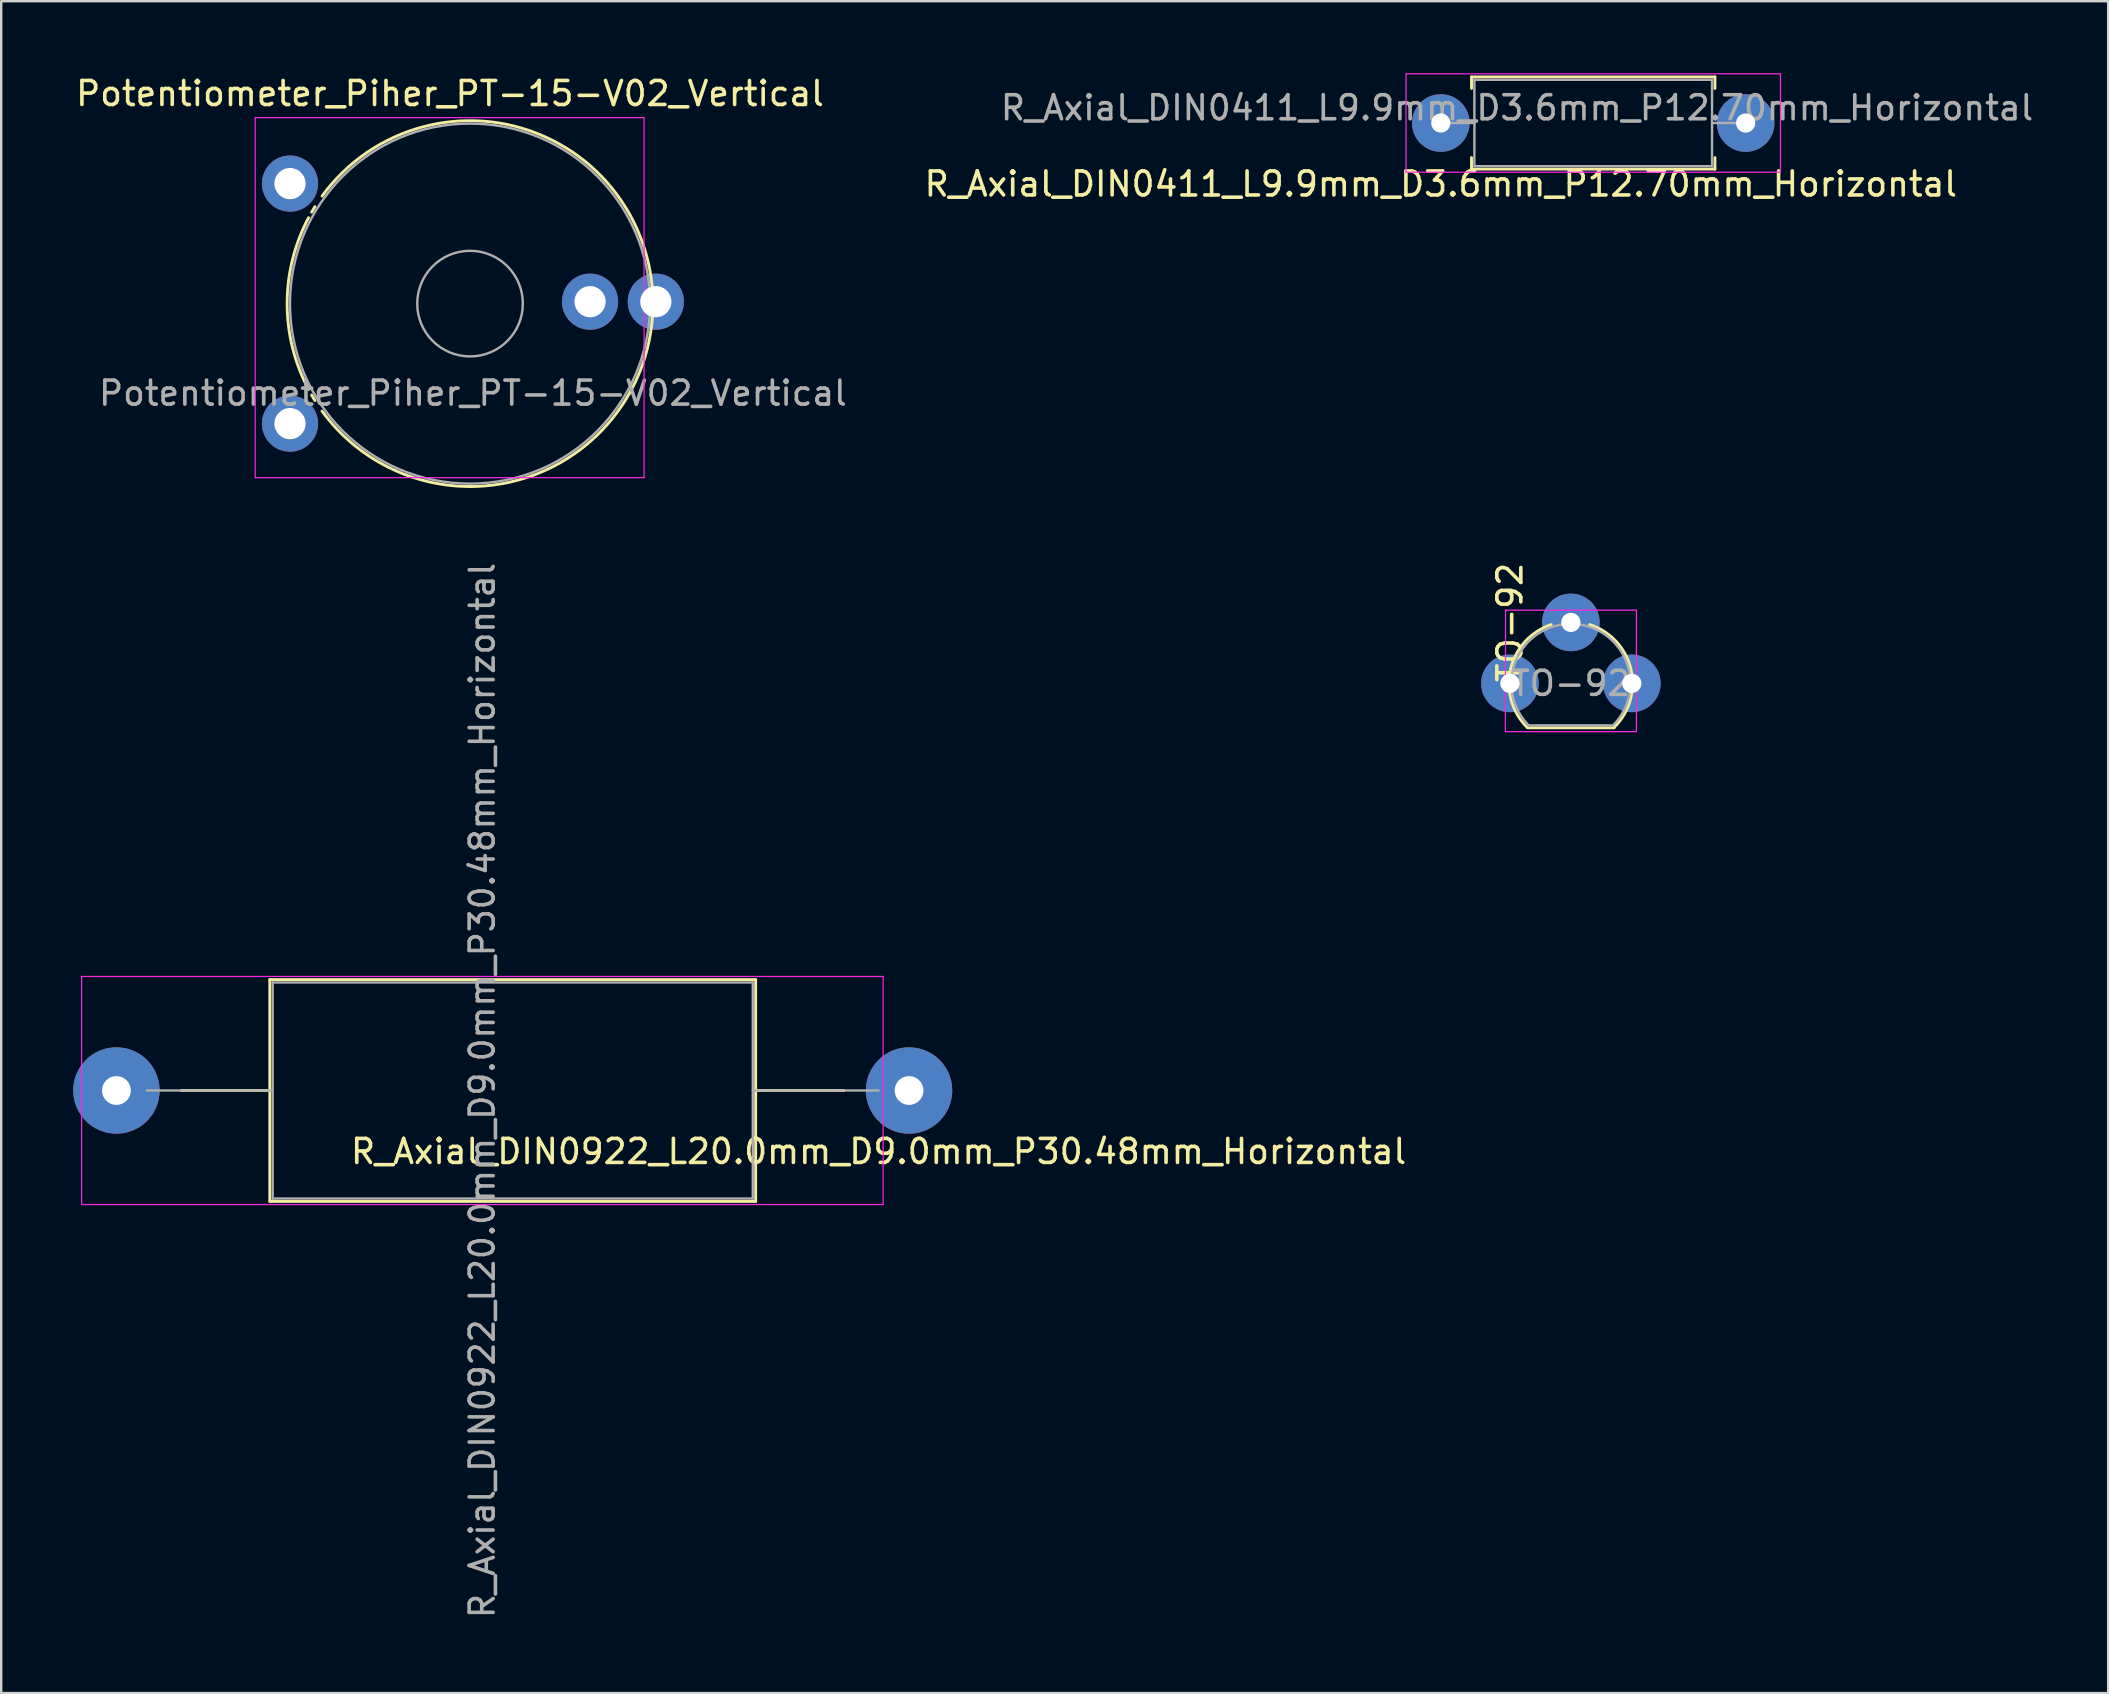
<source format=kicad_pcb>
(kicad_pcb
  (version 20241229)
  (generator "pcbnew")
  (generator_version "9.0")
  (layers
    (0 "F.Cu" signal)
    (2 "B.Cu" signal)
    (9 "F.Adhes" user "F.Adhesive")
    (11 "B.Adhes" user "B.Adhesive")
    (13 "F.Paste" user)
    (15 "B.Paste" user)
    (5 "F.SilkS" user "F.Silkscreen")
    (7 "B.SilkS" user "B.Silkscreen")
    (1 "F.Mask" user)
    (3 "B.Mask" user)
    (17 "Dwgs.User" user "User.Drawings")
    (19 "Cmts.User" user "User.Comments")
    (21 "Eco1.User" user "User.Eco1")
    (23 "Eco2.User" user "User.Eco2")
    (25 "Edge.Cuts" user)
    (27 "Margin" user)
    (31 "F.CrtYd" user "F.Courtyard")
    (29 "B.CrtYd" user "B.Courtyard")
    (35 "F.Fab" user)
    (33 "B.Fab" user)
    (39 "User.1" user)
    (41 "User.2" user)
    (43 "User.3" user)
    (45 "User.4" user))
  (footprint "R_Axial_DIN0411_L9.9mm_D3.6mm_P12.70mm_Horizontal"
    (layer "F.Cu")
    (at 56.972 2.075)
    (property "Reference" "R_Axial_DIN0411_L9.9mm_D3.6mm_P12.70mm_Horizontal" (at 0 2.54 0) (layer "F.SilkS") (effects (font (size 1 1) (thickness 0.15))))
    (attr through_hole)
    (fp_line (start 1.28 -1.92) (end 11.42 -1.92) (stroke (width 0.12) (type solid)) (layer "F.SilkS"))
    (fp_line (start 1.28 -1.44) (end 1.28 -1.92) (stroke (width 0.12) (type solid)) (layer "F.SilkS"))
    (fp_line (start 1.28 1.44) (end 1.28 1.92) (stroke (width 0.12) (type solid)) (layer "F.SilkS"))
    (fp_line (start 1.28 1.92) (end 11.42 1.92) (stroke (width 0.12) (type solid)) (layer "F.SilkS"))
    (fp_line (start 11.42 -1.92) (end 11.42 -1.44) (stroke (width 0.12) (type solid)) (layer "F.SilkS"))
    (fp_line (start 11.42 1.92) (end 11.42 1.44) (stroke (width 0.12) (type solid)) (layer "F.SilkS"))
    (fp_line (start -1.45 -2.05) (end -1.45 2.05) (stroke (width 0.05) (type solid)) (layer "F.CrtYd"))
    (fp_line (start -1.45 2.05) (end 14.15 2.05) (stroke (width 0.05) (type solid)) (layer "F.CrtYd"))
    (fp_line (start 14.15 -2.05) (end -1.45 -2.05) (stroke (width 0.05) (type solid)) (layer "F.CrtYd"))
    (fp_line (start 14.15 2.05) (end 14.15 -2.05) (stroke (width 0.05) (type solid)) (layer "F.CrtYd"))
    (fp_line (start 0 0) (end 1.4 0) (stroke (width 0.1) (type solid)) (layer "F.Fab"))
    (fp_line (start 1.4 -1.8) (end 1.4 1.8) (stroke (width 0.1) (type solid)) (layer "F.Fab"))
    (fp_line (start 1.4 1.8) (end 11.3 1.8) (stroke (width 0.1) (type solid)) (layer "F.Fab"))
    (fp_line (start 11.3 -1.8) (end 1.4 -1.8) (stroke (width 0.1) (type solid)) (layer "F.Fab"))
    (fp_line (start 11.3 1.8) (end 11.3 -1.8) (stroke (width 0.1) (type solid)) (layer "F.Fab"))
    (fp_line (start 12.7 0) (end 11.3 0) (stroke (width 0.1) (type solid)) (layer "F.Fab"))
    (fp_text user "${REFERENCE}" (at 3.176 -0.634 0) (layer "F.Fab") (effects (font (size 1 1) (thickness 0.15))))
    (pad "1" thru_hole circle (at 0 0) (size 2.4 2.4) (drill 0.8) (layers "*.Cu" "*.Mask"))
    (pad "2" thru_hole circle (at 12.7 0) (size 2.4 2.4) (drill 0.8) (layers "*.Cu" "*.Mask")))
  (footprint "TO-92"
    (layer "F.Cu")
    (at 59.851 25.419)
    (property "Reference" "TO-92" (at 0 -2.54 90) (layer "F.SilkS") (effects (font (size 1 1) (thickness 0.15))))
    (attr through_hole)
    (fp_line (start 0.74 1.85) (end 4.34 1.85) (stroke (width 0.12) (type solid)) (layer "F.SilkS"))
    (fp_arc (start 0.728125 1.841741) (mid 0.022769 -0.581764) (end 1.72 -2.45) (stroke (width 0.12) (type solid)) (layer "F.SilkS"))
    (fp_arc (start 3.32 -2.45) (mid 5.039931 -0.601036) (end 4.348445 1.827684) (stroke (width 0.12) (type solid)) (layer "F.SilkS"))
    (fp_line (start -0.19 -3.05) (end 5.27 -3.05) (stroke (width 0.05) (type solid)) (layer "F.CrtYd"))
    (fp_line (start -0.18 -3.05) (end -0.19 2.01) (stroke (width 0.05) (type solid)) (layer "F.CrtYd"))
    (fp_line (start 5.27 2.01) (end -0.19 2.01) (stroke (width 0.05) (type solid)) (layer "F.CrtYd"))
    (fp_line (start 5.27 2.01) (end 5.27 -3.05) (stroke (width 0.05) (type solid)) (layer "F.CrtYd"))
    (fp_line (start 0.77 1.75) (end 4.27 1.75) (stroke (width 0.1) (type solid)) (layer "F.Fab"))
    (fp_arc (start 0.786375 1.753625) (mid 0.248779 -0.949055) (end 2.54 -2.48) (stroke (width 0.1) (type solid)) (layer "F.Fab"))
    (fp_arc (start 2.54 -2.48) (mid 4.831221 -0.949055) (end 4.293625 1.753625) (stroke (width 0.1) (type solid)) (layer "F.Fab"))
    (fp_text user "${REFERENCE}" (at 2.54 0 0) (layer "F.Fab") (effects (font (size 1 1) (thickness 0.15))))
    (pad "1" thru_hole circle (at 0 0) (size 2.4 2.4) (drill 0.8) (layers "*.Cu" "*.Mask"))
    (pad "2" thru_hole circle (at 2.54 -2.54) (size 2.4 2.4) (drill 0.8) (layers "*.Cu" "*.Mask"))
    (pad "3" thru_hole circle (at 5.08 0) (size 2.4 2.4) (drill 0.8) (layers "*.Cu" "*.Mask")))
  (footprint "R_Axial_DIN0922_L20.0mm_D9.0mm_P30.48mm_Horizontal"
    (layer "F.Cu")
    (at 1.8 42.379)
    (property "Reference" "R_Axial_DIN0922_L20.0mm_D9.0mm_P30.48mm_Horizontal" (at 31.75 2.54 0) (layer "F.SilkS") (effects (font (size 1 1) (thickness 0.15))))
    (attr through_hole)
    (fp_line (start 2.71 0) (end 6.39 0) (stroke (width 0.12) (type solid)) (layer "F.SilkS"))
    (fp_line (start 6.39 -4.62) (end 6.39 4.62) (stroke (width 0.12) (type solid)) (layer "F.SilkS"))
    (fp_line (start 6.39 4.62) (end 26.63 4.62) (stroke (width 0.12) (type solid)) (layer "F.SilkS"))
    (fp_line (start 26.63 -4.62) (end 6.39 -4.62) (stroke (width 0.12) (type solid)) (layer "F.SilkS"))
    (fp_line (start 26.63 4.62) (end 26.63 -4.62) (stroke (width 0.12) (type solid)) (layer "F.SilkS"))
    (fp_line (start 30.31 0) (end 26.63 0) (stroke (width 0.12) (type solid)) (layer "F.SilkS"))
    (fp_line (start -1.45 -4.75) (end -1.45 4.75) (stroke (width 0.05) (type solid)) (layer "F.CrtYd"))
    (fp_line (start -1.45 4.75) (end 31.94 4.75) (stroke (width 0.05) (type solid)) (layer "F.CrtYd"))
    (fp_line (start 31.94 -4.75) (end -1.45 -4.75) (stroke (width 0.05) (type solid)) (layer "F.CrtYd"))
    (fp_line (start 31.94 4.75) (end 31.94 -4.75) (stroke (width 0.05) (type solid)) (layer "F.CrtYd"))
    (fp_line (start 1.27 0) (end 6.51 0) (stroke (width 0.1) (type solid)) (layer "F.Fab"))
    (fp_line (start 6.51 -4.5) (end 6.51 4.5) (stroke (width 0.1) (type solid)) (layer "F.Fab"))
    (fp_line (start 6.51 4.5) (end 26.51 4.5) (stroke (width 0.1) (type solid)) (layer "F.Fab"))
    (fp_line (start 26.51 -4.5) (end 6.51 -4.5) (stroke (width 0.1) (type solid)) (layer "F.Fab"))
    (fp_line (start 26.51 4.5) (end 26.51 -4.5) (stroke (width 0.1) (type solid)) (layer "F.Fab"))
    (fp_line (start 31.75 0) (end 26.51 0) (stroke (width 0.1) (type solid)) (layer "F.Fab"))
    (fp_text user "${REFERENCE}" (at 15.239 0 270) (layer "F.Fab") (effects (font (size 1 1) (thickness 0.15))))
    (pad "1" thru_hole circle (at 0 0) (size 3.6 3.6) (drill 1.2) (layers "*.Cu" "*.Mask"))
    (pad "2" thru_hole oval (at 33.02 0) (size 3.6 3.6) (drill 1.2) (layers "*.Cu" "*.Mask")))
  (footprint "Potentiometer_Piher_PT-15-V02_Vertical"
    (layer "F.Cu")
    (at 9.031 14.598)
    (property "Reference" "Potentiometer_Piher_PT-15-V02_Vertical" (at 6.665 -13.75 0) (layer "F.SilkS") (effects (font (size 1 1) (thickness 0.15))))
    (attr through_hole)
    (fp_arc (start 0.772013 -1.423856) (mid -0.119358 -5.001051) (end 0.773 -8.578) (stroke (width 0.12) (type solid)) (layer "F.SilkS"))
    (fp_arc (start 0.902012 -8.810055) (mid 0.969511 -8.924625) (end 1.039 -9.038) (stroke (width 0.12) (type solid)) (layer "F.SilkS"))
    (fp_arc (start 1.037952 -0.963019) (mid 0.968481 -1.076412) (end 0.901 -1.191) (stroke (width 0.12) (type solid)) (layer "F.SilkS"))
    (fp_arc (start 1.335291 -9.478924) (mid 14.28947 -8.459407) (end 7.5 2.62) (stroke (width 0.12) (type solid)) (layer "F.SilkS"))
    (fp_arc (start 7.632064 2.618548) (mid 4.099288 1.818715) (end 1.335 -0.522) (stroke (width 0.12) (type solid)) (layer "F.SilkS"))
    (fp_line (start -1.45 -12.75) (end -1.45 2.25) (stroke (width 0.05) (type solid)) (layer "F.CrtYd"))
    (fp_line (start -1.45 2.25) (end 14.75 2.25) (stroke (width 0.05) (type solid)) (layer "F.CrtYd"))
    (fp_line (start 14.75 -12.75) (end -1.45 -12.75) (stroke (width 0.05) (type solid)) (layer "F.CrtYd"))
    (fp_line (start 14.75 2.25) (end 14.75 -12.75) (stroke (width 0.05) (type solid)) (layer "F.CrtYd"))
    (fp_circle (center 7.5 -5) (end 9.7 -5) (stroke (width 0.1) (type solid)) (fill no) (layer "F.Fab"))
    (fp_circle (center 7.5 -5) (end 15 -5) (stroke (width 0.1) (type solid)) (fill no) (layer "F.Fab"))
    (fp_text user "${REFERENCE}" (at 7.619 -1.269 180) (layer "F.Fab") (effects (font (size 1 1) (thickness 0.15))))
    (pad "1" thru_hole circle (at 0 0) (size 2.34 2.34) (drill 1.3) (layers "*.Cu" "*.Mask"))
    (pad "2" thru_hole circle (at 12.5 -5.08) (size 2.34 2.34) (drill 1.3) (layers "*.Cu" "*.Mask"))
    (pad "2" thru_hole circle (at 15.24 -5.08) (size 2.34 2.34) (drill 1.3) (layers "*.Cu" "*.Mask"))
    (pad "3" thru_hole circle (at 0 -10) (size 2.34 2.34) (drill 1.3) (layers "*.Cu" "*.Mask")))
  (gr_rect
    (start -3 -3)
    (end 84.773 67.481)
    (stroke (width 0.1) (type default))
    (fill no)
    (layer "Edge.Cuts")))
</source>
